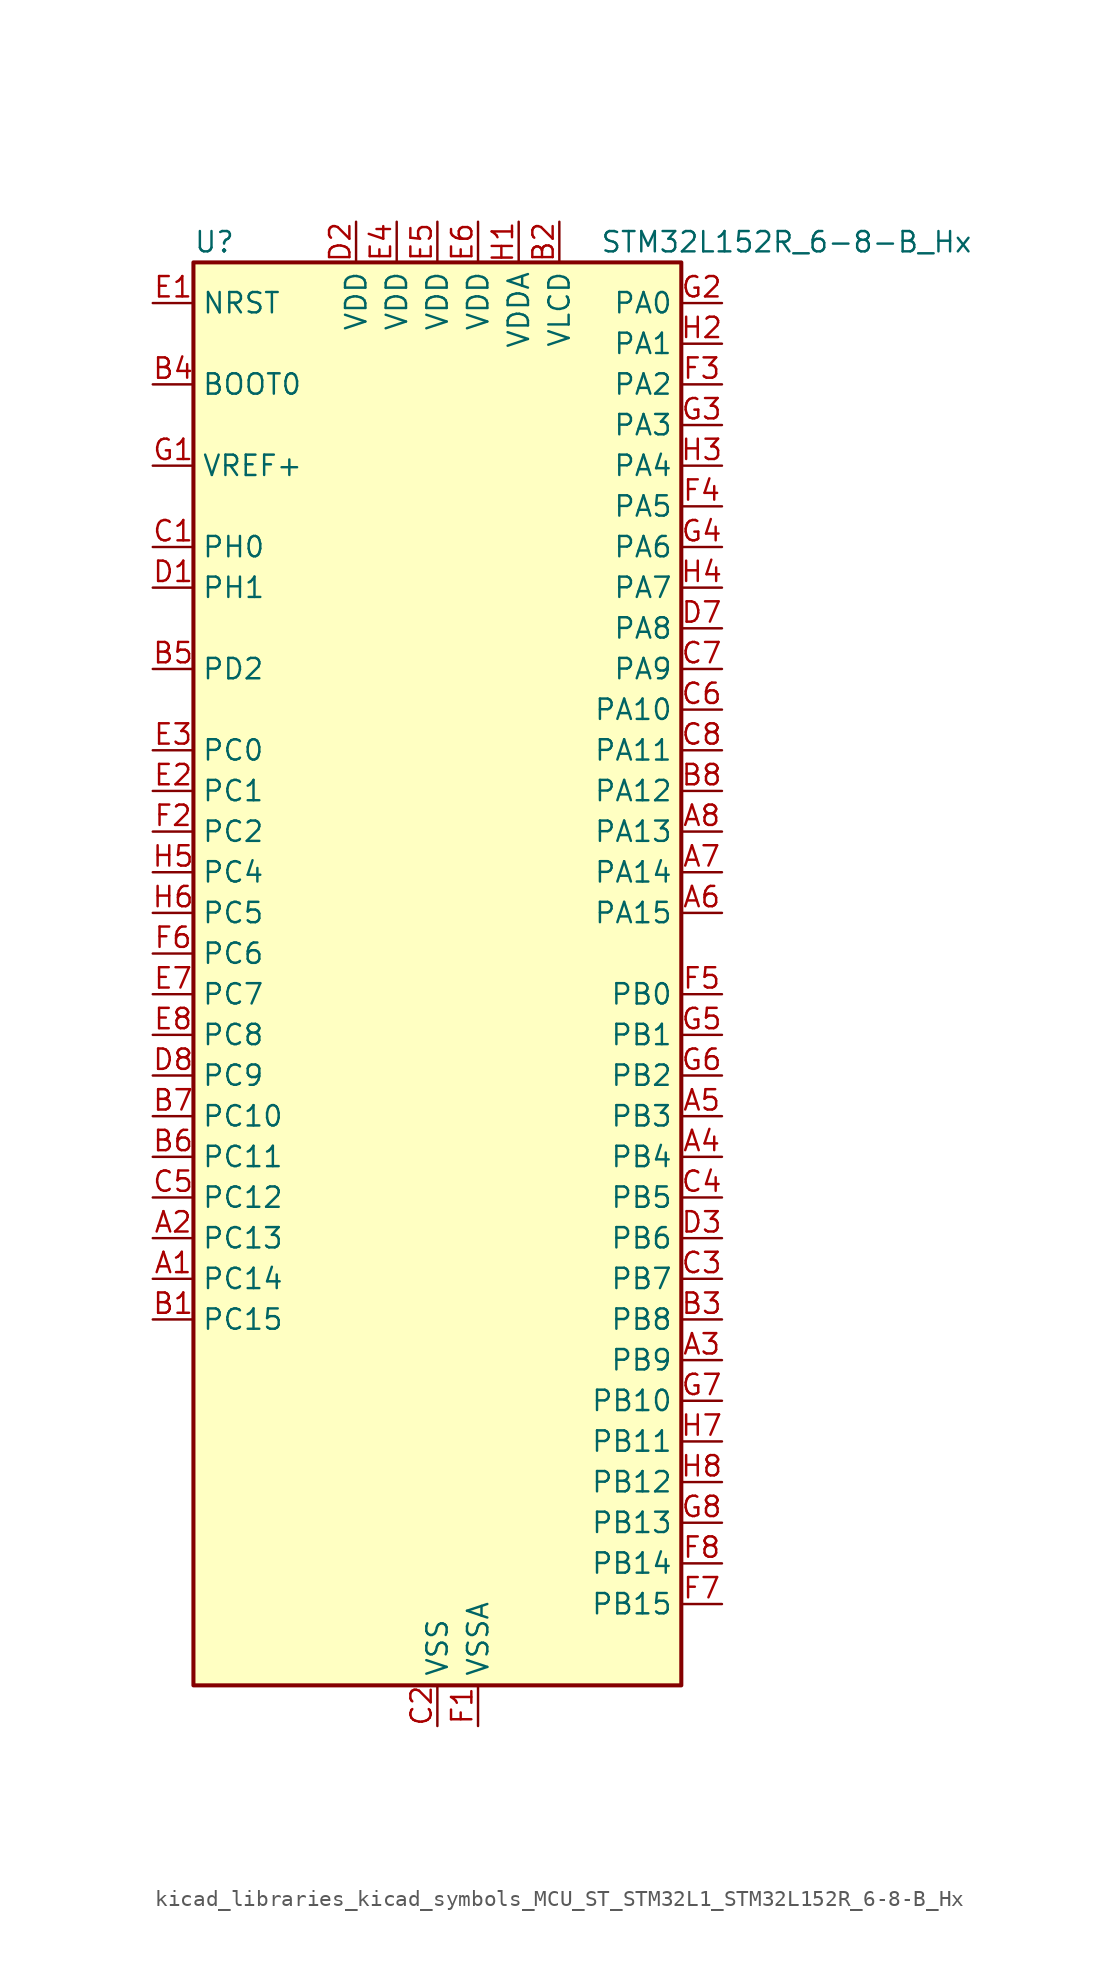
<source format=kicad_sym>
(kicad_symbol_lib
  (version 20220914)
  (generator kicad_symbol_editor)
  (symbol "kicad_libraries_kicad_symbols_MCU_ST_STM32L1_STM32L152R_6-8-B_Hx"
    (property "Reference" "U"
      (at -15.24 46.99 0)
      (effects (font (size 1.27 1.27)) (justify left)))
    (property "Value" "STM32L152R_6-8-B_Hx"
      (at 10.16 46.99 0)
      (effects (font (size 1.27 1.27)) (justify left)))
    (property "ki_locked" ""
      (at 0 0 0)
      (effects (font (size 1.27 1.27))))
    (symbol "kicad_libraries_kicad_symbols_MCU_ST_STM32L1_STM32L152R_6-8-B_Hx_0_1"
      (rectangle (start -15.24 -43.18) (end 15.24 45.72) (stroke (width 0.254) (type default)) (fill (type background))))
    (symbol "kicad_libraries_kicad_symbols_MCU_ST_STM32L1_STM32L152R_6-8-B_Hx_1_1"
      (pin bidirectional line (at -17.78 -17.78 0) (length 2.54) (name "PC14" (effects (font (size 1.27 1.27)))) (number "A1" (effects (font (size 1.27 1.27)))) (alternate "RCC_OSC32_IN" bidirectional line) (alternate "TIMX_IC3" bidirectional line))
      (pin bidirectional line (at -17.78 -15.24 0) (length 2.54) (name "PC13" (effects (font (size 1.27 1.27)))) (number "A2" (effects (font (size 1.27 1.27)))) (alternate "RTC_OUT_ALARM" bidirectional line) (alternate "RTC_OUT_CALIB" bidirectional line) (alternate "RTC_TAMP1" bidirectional line) (alternate "RTC_TS" bidirectional line) (alternate "SYS_WKUP2" bidirectional line) (alternate "TIMX_IC2" bidirectional line))
      (pin bidirectional line (at 17.78 -22.86 180) (length 2.54) (name "PB9" (effects (font (size 1.27 1.27)))) (number "A3" (effects (font (size 1.27 1.27)))) (alternate "DAC_EXTI9" bidirectional line) (alternate "I2C1_SDA" bidirectional line) (alternate "LCD_COM3" bidirectional line) (alternate "TIM11_CH1" bidirectional line) (alternate "TIM4_CH4" bidirectional line))
      (pin bidirectional line (at 17.78 -10.16 180) (length 2.54) (name "PB4" (effects (font (size 1.27 1.27)))) (number "A4" (effects (font (size 1.27 1.27)))) (alternate "COMP2_INP" bidirectional line) (alternate "LCD_SEG8" bidirectional line) (alternate "SPI1_MISO" bidirectional line) (alternate "SYS_JTRST" bidirectional line) (alternate "TIM3_CH1" bidirectional line) (alternate "TS_G6_IO1" bidirectional line))
      (pin bidirectional line (at 17.78 -7.62 180) (length 2.54) (name "PB3" (effects (font (size 1.27 1.27)))) (number "A5" (effects (font (size 1.27 1.27)))) (alternate "COMP2_INM" bidirectional line) (alternate "LCD_SEG7" bidirectional line) (alternate "SPI1_SCK" bidirectional line) (alternate "SYS_JTDO-TRACESWO" bidirectional line) (alternate "TIM2_CH2" bidirectional line))
      (pin bidirectional line (at 17.78 5.08 180) (length 2.54) (name "PA15" (effects (font (size 1.27 1.27)))) (number "A6" (effects (font (size 1.27 1.27)))) (alternate "ADC_EXTI15" bidirectional line) (alternate "LCD_SEG17" bidirectional line) (alternate "SPI1_NSS" bidirectional line) (alternate "SYS_JTDI" bidirectional line) (alternate "TIM2_CH1" bidirectional line) (alternate "TIM2_ETR" bidirectional line) (alternate "TIMX_IC4" bidirectional line) (alternate "TS_G5_IO3" bidirectional line))
      (pin bidirectional line (at 17.78 7.62 180) (length 2.54) (name "PA14" (effects (font (size 1.27 1.27)))) (number "A7" (effects (font (size 1.27 1.27)))) (alternate "SYS_JTCK-SWCLK" bidirectional line) (alternate "TIMX_IC3" bidirectional line) (alternate "TS_G5_IO2" bidirectional line))
      (pin bidirectional line (at 17.78 10.16 180) (length 2.54) (name "PA13" (effects (font (size 1.27 1.27)))) (number "A8" (effects (font (size 1.27 1.27)))) (alternate "SYS_JTMS-SWDIO" bidirectional line) (alternate "TIMX_IC2" bidirectional line) (alternate "TS_G5_IO1" bidirectional line))
      (pin bidirectional line (at -17.78 -20.32 0) (length 2.54) (name "PC15" (effects (font (size 1.27 1.27)))) (number "B1" (effects (font (size 1.27 1.27)))) (alternate "ADC_EXTI15" bidirectional line) (alternate "RCC_OSC32_OUT" bidirectional line) (alternate "TIMX_IC4" bidirectional line))
      (pin power_in line (at 7.62 48.26 270) (length 2.54) (name "VLCD" (effects (font (size 1.27 1.27)))) (number "B2" (effects (font (size 1.27 1.27)))))
      (pin bidirectional line (at 17.78 -20.32 180) (length 2.54) (name "PB8" (effects (font (size 1.27 1.27)))) (number "B3" (effects (font (size 1.27 1.27)))) (alternate "I2C1_SCL" bidirectional line) (alternate "LCD_SEG16" bidirectional line) (alternate "TIM10_CH1" bidirectional line) (alternate "TIM4_CH3" bidirectional line))
      (pin input line (at -17.78 38.1 0) (length 2.54) (name "BOOT0" (effects (font (size 1.27 1.27)))) (number "B4" (effects (font (size 1.27 1.27)))))
      (pin bidirectional line (at -17.78 20.32 0) (length 2.54) (name "PD2" (effects (font (size 1.27 1.27)))) (number "B5" (effects (font (size 1.27 1.27)))) (alternate "LCD_COM7" bidirectional line) (alternate "LCD_SEG31" bidirectional line) (alternate "TIM3_ETR" bidirectional line) (alternate "TIMX_IC3" bidirectional line))
      (pin bidirectional line (at -17.78 -10.16 0) (length 2.54) (name "PC11" (effects (font (size 1.27 1.27)))) (number "B6" (effects (font (size 1.27 1.27)))) (alternate "ADC_EXTI11" bidirectional line) (alternate "LCD_COM5" bidirectional line) (alternate "LCD_SEG29" bidirectional line) (alternate "TIMX_IC4" bidirectional line) (alternate "USART3_RX" bidirectional line))
      (pin bidirectional line (at -17.78 -7.62 0) (length 2.54) (name "PC10" (effects (font (size 1.27 1.27)))) (number "B7" (effects (font (size 1.27 1.27)))) (alternate "LCD_COM4" bidirectional line) (alternate "LCD_SEG28" bidirectional line) (alternate "TIMX_IC3" bidirectional line) (alternate "USART3_TX" bidirectional line))
      (pin bidirectional line (at 17.78 12.7 180) (length 2.54) (name "PA12" (effects (font (size 1.27 1.27)))) (number "B8" (effects (font (size 1.27 1.27)))) (alternate "SPI1_MOSI" bidirectional line) (alternate "TIMX_IC1" bidirectional line) (alternate "USART1_RTS" bidirectional line) (alternate "USB_DP" bidirectional line))
      (pin bidirectional line (at -17.78 27.94 0) (length 2.54) (name "PH0" (effects (font (size 1.27 1.27)))) (number "C1" (effects (font (size 1.27 1.27)))) (alternate "RCC_OSC_IN" bidirectional line))
      (pin power_in line (at 0 -45.72 90) (length 2.54) (name "VSS" (effects (font (size 1.27 1.27)))) (number "C2" (effects (font (size 1.27 1.27)))))
      (pin bidirectional line (at 17.78 -17.78 180) (length 2.54) (name "PB7" (effects (font (size 1.27 1.27)))) (number "C3" (effects (font (size 1.27 1.27)))) (alternate "I2C1_SDA" bidirectional line) (alternate "SYS_PVD_IN" bidirectional line) (alternate "TIM4_CH2" bidirectional line) (alternate "USART1_RX" bidirectional line))
      (pin bidirectional line (at 17.78 -12.7 180) (length 2.54) (name "PB5" (effects (font (size 1.27 1.27)))) (number "C4" (effects (font (size 1.27 1.27)))) (alternate "COMP2_INP" bidirectional line) (alternate "I2C1_SMBA" bidirectional line) (alternate "LCD_SEG9" bidirectional line) (alternate "SPI1_MOSI" bidirectional line) (alternate "TIM3_CH2" bidirectional line) (alternate "TS_G6_IO2" bidirectional line))
      (pin bidirectional line (at -17.78 -12.7 0) (length 2.54) (name "PC12" (effects (font (size 1.27 1.27)))) (number "C5" (effects (font (size 1.27 1.27)))) (alternate "LCD_COM6" bidirectional line) (alternate "LCD_SEG30" bidirectional line) (alternate "TIMX_IC1" bidirectional line) (alternate "USART3_CK" bidirectional line))
      (pin bidirectional line (at 17.78 17.78 180) (length 2.54) (name "PA10" (effects (font (size 1.27 1.27)))) (number "C6" (effects (font (size 1.27 1.27)))) (alternate "LCD_COM2" bidirectional line) (alternate "TIMX_IC3" bidirectional line) (alternate "TS_G4_IO3" bidirectional line) (alternate "USART1_RX" bidirectional line))
      (pin bidirectional line (at 17.78 20.32 180) (length 2.54) (name "PA9" (effects (font (size 1.27 1.27)))) (number "C7" (effects (font (size 1.27 1.27)))) (alternate "DAC_EXTI9" bidirectional line) (alternate "LCD_COM1" bidirectional line) (alternate "TIMX_IC2" bidirectional line) (alternate "TS_G4_IO2" bidirectional line) (alternate "USART1_TX" bidirectional line))
      (pin bidirectional line (at 17.78 15.24 180) (length 2.54) (name "PA11" (effects (font (size 1.27 1.27)))) (number "C8" (effects (font (size 1.27 1.27)))) (alternate "ADC_EXTI11" bidirectional line) (alternate "SPI1_MISO" bidirectional line) (alternate "TIMX_IC4" bidirectional line) (alternate "USART1_CTS" bidirectional line) (alternate "USB_DM" bidirectional line))
      (pin bidirectional line (at -17.78 25.4 0) (length 2.54) (name "PH1" (effects (font (size 1.27 1.27)))) (number "D1" (effects (font (size 1.27 1.27)))) (alternate "RCC_OSC_OUT" bidirectional line))
      (pin power_in line (at -5.08 48.26 270) (length 2.54) (name "VDD" (effects (font (size 1.27 1.27)))) (number "D2" (effects (font (size 1.27 1.27)))))
      (pin bidirectional line (at 17.78 -15.24 180) (length 2.54) (name "PB6" (effects (font (size 1.27 1.27)))) (number "D3" (effects (font (size 1.27 1.27)))) (alternate "I2C1_SCL" bidirectional line) (alternate "TIM4_CH1" bidirectional line) (alternate "USART1_TX" bidirectional line))
      (pin passive line (at 0 -45.72 90) (length 2.54) hide (name "VSS" (effects (font (size 1.27 1.27)))) (number "D4" (effects (font (size 1.27 1.27)))))
      (pin passive line (at 0 -45.72 90) (length 2.54) hide (name "VSS" (effects (font (size 1.27 1.27)))) (number "D5" (effects (font (size 1.27 1.27)))))
      (pin passive line (at 0 -45.72 90) (length 2.54) hide (name "VSS" (effects (font (size 1.27 1.27)))) (number "D6" (effects (font (size 1.27 1.27)))))
      (pin bidirectional line (at 17.78 22.86 180) (length 2.54) (name "PA8" (effects (font (size 1.27 1.27)))) (number "D7" (effects (font (size 1.27 1.27)))) (alternate "LCD_COM0" bidirectional line) (alternate "RCC_MCO" bidirectional line) (alternate "TIMX_IC1" bidirectional line) (alternate "TS_G4_IO1" bidirectional line) (alternate "USART1_CK" bidirectional line))
      (pin bidirectional line (at -17.78 -5.08 0) (length 2.54) (name "PC9" (effects (font (size 1.27 1.27)))) (number "D8" (effects (font (size 1.27 1.27)))) (alternate "DAC_EXTI9" bidirectional line) (alternate "LCD_SEG27" bidirectional line) (alternate "TIM3_CH4" bidirectional line) (alternate "TIMX_IC2" bidirectional line) (alternate "TS_G10_IO4" bidirectional line))
      (pin input line (at -17.78 43.18 0) (length 2.54) (name "NRST" (effects (font (size 1.27 1.27)))) (number "E1" (effects (font (size 1.27 1.27)))))
      (pin bidirectional line (at -17.78 12.7 0) (length 2.54) (name "PC1" (effects (font (size 1.27 1.27)))) (number "E2" (effects (font (size 1.27 1.27)))) (alternate "ADC_IN11" bidirectional line) (alternate "COMP1_INP" bidirectional line) (alternate "LCD_SEG19" bidirectional line) (alternate "TIMX_IC2" bidirectional line) (alternate "TS_G8_IO2" bidirectional line))
      (pin bidirectional line (at -17.78 15.24 0) (length 2.54) (name "PC0" (effects (font (size 1.27 1.27)))) (number "E3" (effects (font (size 1.27 1.27)))) (alternate "ADC_IN10" bidirectional line) (alternate "COMP1_INP" bidirectional line) (alternate "LCD_SEG18" bidirectional line) (alternate "TIMX_IC1" bidirectional line) (alternate "TS_G8_IO1" bidirectional line))
      (pin power_in line (at -2.54 48.26 270) (length 2.54) (name "VDD" (effects (font (size 1.27 1.27)))) (number "E4" (effects (font (size 1.27 1.27)))))
      (pin power_in line (at 0 48.26 270) (length 2.54) (name "VDD" (effects (font (size 1.27 1.27)))) (number "E5" (effects (font (size 1.27 1.27)))))
      (pin power_in line (at 2.54 48.26 270) (length 2.54) (name "VDD" (effects (font (size 1.27 1.27)))) (number "E6" (effects (font (size 1.27 1.27)))))
      (pin bidirectional line (at -17.78 0 0) (length 2.54) (name "PC7" (effects (font (size 1.27 1.27)))) (number "E7" (effects (font (size 1.27 1.27)))) (alternate "LCD_SEG25" bidirectional line) (alternate "TIM3_CH2" bidirectional line) (alternate "TIMX_IC4" bidirectional line) (alternate "TS_G10_IO2" bidirectional line))
      (pin bidirectional line (at -17.78 -2.54 0) (length 2.54) (name "PC8" (effects (font (size 1.27 1.27)))) (number "E8" (effects (font (size 1.27 1.27)))) (alternate "LCD_SEG26" bidirectional line) (alternate "TIM3_CH3" bidirectional line) (alternate "TIMX_IC1" bidirectional line) (alternate "TS_G10_IO3" bidirectional line))
      (pin power_in line (at 2.54 -45.72 90) (length 2.54) (name "VSSA" (effects (font (size 1.27 1.27)))) (number "F1" (effects (font (size 1.27 1.27)))))
      (pin bidirectional line (at -17.78 10.16 0) (length 2.54) (name "PC2" (effects (font (size 1.27 1.27)))) (number "F2" (effects (font (size 1.27 1.27)))) (alternate "ADC_IN12" bidirectional line) (alternate "COMP1_INP" bidirectional line) (alternate "LCD_SEG20" bidirectional line) (alternate "TIMX_IC3" bidirectional line) (alternate "TS_G8_IO3" bidirectional line))
      (pin bidirectional line (at 17.78 38.1 180) (length 2.54) (name "PA2" (effects (font (size 1.27 1.27)))) (number "F3" (effects (font (size 1.27 1.27)))) (alternate "ADC_IN2" bidirectional line) (alternate "COMP1_INP" bidirectional line) (alternate "LCD_SEG1" bidirectional line) (alternate "TIM2_CH3" bidirectional line) (alternate "TIM9_CH1" bidirectional line) (alternate "TIMX_IC3" bidirectional line) (alternate "TS_G1_IO3" bidirectional line) (alternate "USART2_TX" bidirectional line))
      (pin bidirectional line (at 17.78 30.48 180) (length 2.54) (name "PA5" (effects (font (size 1.27 1.27)))) (number "F4" (effects (font (size 1.27 1.27)))) (alternate "ADC_IN5" bidirectional line) (alternate "COMP1_INP" bidirectional line) (alternate "DAC_OUT2" bidirectional line) (alternate "SPI1_SCK" bidirectional line) (alternate "TIM2_CH1" bidirectional line) (alternate "TIM2_ETR" bidirectional line) (alternate "TIMX_IC2" bidirectional line))
      (pin bidirectional line (at 17.78 0 180) (length 2.54) (name "PB0" (effects (font (size 1.27 1.27)))) (number "F5" (effects (font (size 1.27 1.27)))) (alternate "ADC_IN8" bidirectional line) (alternate "COMP1_INP" bidirectional line) (alternate "LCD_SEG5" bidirectional line) (alternate "SYS_V_REF_OUT" bidirectional line) (alternate "TIM3_CH3" bidirectional line) (alternate "TS_G3_IO1" bidirectional line))
      (pin bidirectional line (at -17.78 2.54 0) (length 2.54) (name "PC6" (effects (font (size 1.27 1.27)))) (number "F6" (effects (font (size 1.27 1.27)))) (alternate "LCD_SEG24" bidirectional line) (alternate "TIM3_CH1" bidirectional line) (alternate "TIMX_IC3" bidirectional line) (alternate "TS_G10_IO1" bidirectional line))
      (pin bidirectional line (at 17.78 -38.1 180) (length 2.54) (name "PB15" (effects (font (size 1.27 1.27)))) (number "F7" (effects (font (size 1.27 1.27)))) (alternate "ADC_EXTI15" bidirectional line) (alternate "ADC_IN21" bidirectional line) (alternate "COMP1_INP" bidirectional line) (alternate "LCD_SEG15" bidirectional line) (alternate "RTC_REFIN" bidirectional line) (alternate "SPI2_MOSI" bidirectional line) (alternate "TIM11_CH1" bidirectional line) (alternate "TS_G7_IO4" bidirectional line))
      (pin bidirectional line (at 17.78 -35.56 180) (length 2.54) (name "PB14" (effects (font (size 1.27 1.27)))) (number "F8" (effects (font (size 1.27 1.27)))) (alternate "ADC_IN20" bidirectional line) (alternate "COMP1_INP" bidirectional line) (alternate "LCD_SEG14" bidirectional line) (alternate "SPI2_MISO" bidirectional line) (alternate "TIM9_CH2" bidirectional line) (alternate "TS_G7_IO3" bidirectional line) (alternate "USART3_RTS" bidirectional line))
      (pin input line (at -17.78 33.02 0) (length 2.54) (name "VREF+" (effects (font (size 1.27 1.27)))) (number "G1" (effects (font (size 1.27 1.27)))))
      (pin bidirectional line (at 17.78 43.18 180) (length 2.54) (name "PA0" (effects (font (size 1.27 1.27)))) (number "G2" (effects (font (size 1.27 1.27)))) (alternate "ADC_IN0" bidirectional line) (alternate "COMP1_INP" bidirectional line) (alternate "SYS_WKUP1" bidirectional line) (alternate "TIM2_CH1" bidirectional line) (alternate "TIM2_ETR" bidirectional line) (alternate "TIMX_IC1" bidirectional line) (alternate "TS_G1_IO1" bidirectional line) (alternate "USART2_CTS" bidirectional line))
      (pin bidirectional line (at 17.78 35.56 180) (length 2.54) (name "PA3" (effects (font (size 1.27 1.27)))) (number "G3" (effects (font (size 1.27 1.27)))) (alternate "ADC_IN3" bidirectional line) (alternate "COMP1_INP" bidirectional line) (alternate "LCD_SEG2" bidirectional line) (alternate "TIM2_CH4" bidirectional line) (alternate "TIM9_CH2" bidirectional line) (alternate "TIMX_IC4" bidirectional line) (alternate "TS_G1_IO4" bidirectional line) (alternate "USART2_RX" bidirectional line))
      (pin bidirectional line (at 17.78 27.94 180) (length 2.54) (name "PA6" (effects (font (size 1.27 1.27)))) (number "G4" (effects (font (size 1.27 1.27)))) (alternate "ADC_IN6" bidirectional line) (alternate "COMP1_INP" bidirectional line) (alternate "LCD_SEG3" bidirectional line) (alternate "SPI1_MISO" bidirectional line) (alternate "TIM10_CH1" bidirectional line) (alternate "TIM3_CH1" bidirectional line) (alternate "TIMX_IC3" bidirectional line) (alternate "TS_G2_IO1" bidirectional line))
      (pin bidirectional line (at 17.78 -2.54 180) (length 2.54) (name "PB1" (effects (font (size 1.27 1.27)))) (number "G5" (effects (font (size 1.27 1.27)))) (alternate "ADC_IN9" bidirectional line) (alternate "COMP1_INP" bidirectional line) (alternate "LCD_SEG6" bidirectional line) (alternate "SYS_V_REF_OUT" bidirectional line) (alternate "TIM3_CH4" bidirectional line) (alternate "TS_G3_IO2" bidirectional line))
      (pin bidirectional line (at 17.78 -5.08 180) (length 2.54) (name "PB2" (effects (font (size 1.27 1.27)))) (number "G6" (effects (font (size 1.27 1.27)))))
      (pin bidirectional line (at 17.78 -25.4 180) (length 2.54) (name "PB10" (effects (font (size 1.27 1.27)))) (number "G7" (effects (font (size 1.27 1.27)))) (alternate "I2C2_SCL" bidirectional line) (alternate "LCD_SEG10" bidirectional line) (alternate "TIM2_CH3" bidirectional line) (alternate "USART3_TX" bidirectional line))
      (pin bidirectional line (at 17.78 -33.02 180) (length 2.54) (name "PB13" (effects (font (size 1.27 1.27)))) (number "G8" (effects (font (size 1.27 1.27)))) (alternate "ADC_IN19" bidirectional line) (alternate "COMP1_INP" bidirectional line) (alternate "LCD_SEG13" bidirectional line) (alternate "SPI2_SCK" bidirectional line) (alternate "TIM9_CH1" bidirectional line) (alternate "TS_G7_IO2" bidirectional line) (alternate "USART3_CTS" bidirectional line))
      (pin power_in line (at 5.08 48.26 270) (length 2.54) (name "VDDA" (effects (font (size 1.27 1.27)))) (number "H1" (effects (font (size 1.27 1.27)))))
      (pin bidirectional line (at 17.78 40.64 180) (length 2.54) (name "PA1" (effects (font (size 1.27 1.27)))) (number "H2" (effects (font (size 1.27 1.27)))) (alternate "ADC_IN1" bidirectional line) (alternate "COMP1_INP" bidirectional line) (alternate "LCD_SEG0" bidirectional line) (alternate "TIM2_CH2" bidirectional line) (alternate "TIMX_IC2" bidirectional line) (alternate "TS_G1_IO2" bidirectional line) (alternate "USART2_RTS" bidirectional line))
      (pin bidirectional line (at 17.78 33.02 180) (length 2.54) (name "PA4" (effects (font (size 1.27 1.27)))) (number "H3" (effects (font (size 1.27 1.27)))) (alternate "ADC_IN4" bidirectional line) (alternate "COMP1_INP" bidirectional line) (alternate "DAC_OUT1" bidirectional line) (alternate "SPI1_NSS" bidirectional line) (alternate "TIMX_IC1" bidirectional line) (alternate "USART2_CK" bidirectional line))
      (pin bidirectional line (at 17.78 25.4 180) (length 2.54) (name "PA7" (effects (font (size 1.27 1.27)))) (number "H4" (effects (font (size 1.27 1.27)))) (alternate "ADC_IN7" bidirectional line) (alternate "COMP1_INP" bidirectional line) (alternate "LCD_SEG4" bidirectional line) (alternate "SPI1_MOSI" bidirectional line) (alternate "TIM11_CH1" bidirectional line) (alternate "TIM3_CH2" bidirectional line) (alternate "TIMX_IC4" bidirectional line) (alternate "TS_G2_IO2" bidirectional line))
      (pin bidirectional line (at -17.78 7.62 0) (length 2.54) (name "PC4" (effects (font (size 1.27 1.27)))) (number "H5" (effects (font (size 1.27 1.27)))) (alternate "ADC_IN14" bidirectional line) (alternate "COMP1_INP" bidirectional line) (alternate "LCD_SEG22" bidirectional line) (alternate "TIMX_IC1" bidirectional line) (alternate "TS_G9_IO1" bidirectional line))
      (pin bidirectional line (at -17.78 5.08 0) (length 2.54) (name "PC5" (effects (font (size 1.27 1.27)))) (number "H6" (effects (font (size 1.27 1.27)))) (alternate "ADC_IN15" bidirectional line) (alternate "COMP1_INP" bidirectional line) (alternate "LCD_SEG23" bidirectional line) (alternate "TIMX_IC2" bidirectional line) (alternate "TS_G9_IO2" bidirectional line))
      (pin bidirectional line (at 17.78 -27.94 180) (length 2.54) (name "PB11" (effects (font (size 1.27 1.27)))) (number "H7" (effects (font (size 1.27 1.27)))) (alternate "ADC_EXTI11" bidirectional line) (alternate "I2C2_SDA" bidirectional line) (alternate "LCD_SEG11" bidirectional line) (alternate "TIM2_CH4" bidirectional line) (alternate "USART3_RX" bidirectional line))
      (pin bidirectional line (at 17.78 -30.48 180) (length 2.54) (name "PB12" (effects (font (size 1.27 1.27)))) (number "H8" (effects (font (size 1.27 1.27)))) (alternate "ADC_IN18" bidirectional line) (alternate "COMP1_INP" bidirectional line) (alternate "I2C2_SMBA" bidirectional line) (alternate "LCD_SEG12" bidirectional line) (alternate "SPI2_NSS" bidirectional line) (alternate "TIM10_CH1" bidirectional line) (alternate "TS_G7_IO1" bidirectional line) (alternate "USART3_CK" bidirectional line)))))
</source>
